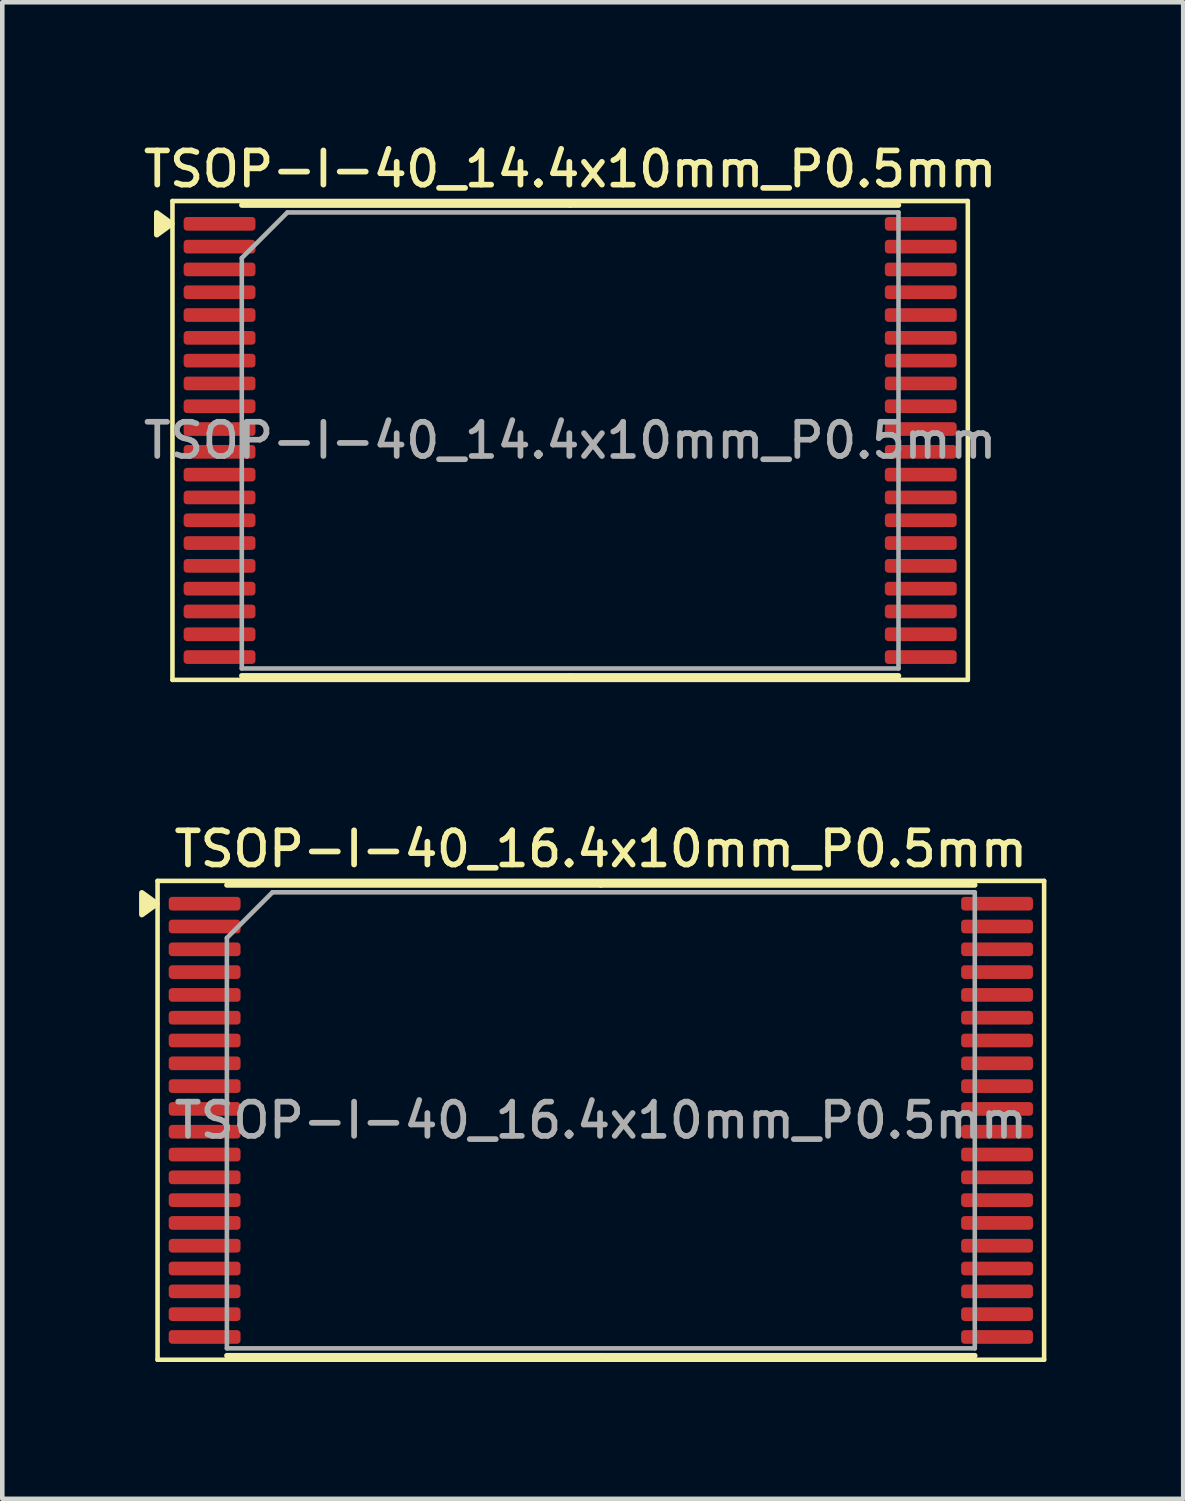
<source format=kicad_pcb>
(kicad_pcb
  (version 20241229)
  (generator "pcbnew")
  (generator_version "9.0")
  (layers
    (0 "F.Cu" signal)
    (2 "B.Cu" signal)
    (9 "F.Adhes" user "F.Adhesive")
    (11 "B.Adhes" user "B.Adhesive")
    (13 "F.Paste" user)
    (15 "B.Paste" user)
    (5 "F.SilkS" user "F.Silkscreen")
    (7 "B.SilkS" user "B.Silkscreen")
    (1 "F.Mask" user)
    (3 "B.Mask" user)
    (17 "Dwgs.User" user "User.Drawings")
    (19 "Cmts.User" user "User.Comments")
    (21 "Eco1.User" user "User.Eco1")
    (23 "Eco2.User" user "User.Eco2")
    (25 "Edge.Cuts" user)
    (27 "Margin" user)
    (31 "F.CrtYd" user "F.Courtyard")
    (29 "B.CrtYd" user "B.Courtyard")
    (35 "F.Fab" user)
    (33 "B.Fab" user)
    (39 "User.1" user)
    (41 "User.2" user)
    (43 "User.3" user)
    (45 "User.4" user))
  (footprint "TSOP-I-40_16.4x10mm_P0.5mm"
    (layer "F.Cu")
    (at 10.125 21.516)
    (property "Reference" "TSOP-I-40_16.4x10mm_P0.5mm" (at 0 -5.95 0) (layer "F.SilkS") (effects (font (size 0.75 0.75) (thickness 0.125))))
    (attr smd)
    (fp_line (start -9.72 -5.25) (end -9.72 5.25) (stroke (width 0.1) (type solid)) (layer "F.SilkS"))
    (fp_line (start -9.72 5.25) (end 9.72 5.25) (stroke (width 0.1) (type solid)) (layer "F.SilkS"))
    (fp_line (start 0 -5.16) (end -8.2 -5.16) (stroke (width 0.12) (type solid)) (layer "F.SilkS"))
    (fp_line (start 0 -5.16) (end 8.2 -5.16) (stroke (width 0.12) (type solid)) (layer "F.SilkS"))
    (fp_line (start 0 5.16) (end -8.2 5.16) (stroke (width 0.12) (type solid)) (layer "F.SilkS"))
    (fp_line (start 0 5.16) (end 8.2 5.16) (stroke (width 0.12) (type solid)) (layer "F.SilkS"))
    (fp_line (start 9.72 -5.25) (end -9.72 -5.25) (stroke (width 0.1) (type solid)) (layer "F.SilkS"))
    (fp_line (start 9.72 5.25) (end 9.72 -5.25) (stroke (width 0.1) (type solid)) (layer "F.SilkS"))
    (fp_poly (pts (xy -9.735 -4.75) (xy -10.065 -4.99) (xy -10.065 -4.51) (xy -9.735 -4.75)) (stroke (width 0.12) (type solid)) (fill yes) (layer "F.SilkS"))
    (fp_line (start -8.2 -4) (end -7.2 -5) (stroke (width 0.1) (type solid)) (layer "F.Fab"))
    (fp_line (start -8.2 5) (end -8.2 -4) (stroke (width 0.1) (type solid)) (layer "F.Fab"))
    (fp_line (start -7.2 -5) (end 8.2 -5) (stroke (width 0.1) (type solid)) (layer "F.Fab"))
    (fp_line (start 8.2 -5) (end 8.2 5) (stroke (width 0.1) (type solid)) (layer "F.Fab"))
    (fp_line (start 8.2 5) (end -8.2 5) (stroke (width 0.1) (type solid)) (layer "F.Fab"))
    (fp_text user "${REFERENCE}" (at 0 0 0) (layer "F.Fab") (effects (font (size 0.75 0.75) (thickness 0.125))))
    (pad "1" smd roundrect (at -8.688 -4.75) (size 1.575 0.3) (layers "F.Cu" "F.Mask" "F.Paste") (roundrect_rratio 0.25))
    (pad "2" smd roundrect (at -8.688 -4.25) (size 1.575 0.3) (layers "F.Cu" "F.Mask" "F.Paste") (roundrect_rratio 0.25))
    (pad "3" smd roundrect (at -8.688 -3.75) (size 1.575 0.3) (layers "F.Cu" "F.Mask" "F.Paste") (roundrect_rratio 0.25))
    (pad "4" smd roundrect (at -8.688 -3.25) (size 1.575 0.3) (layers "F.Cu" "F.Mask" "F.Paste") (roundrect_rratio 0.25))
    (pad "5" smd roundrect (at -8.688 -2.75) (size 1.575 0.3) (layers "F.Cu" "F.Mask" "F.Paste") (roundrect_rratio 0.25))
    (pad "6" smd roundrect (at -8.688 -2.25) (size 1.575 0.3) (layers "F.Cu" "F.Mask" "F.Paste") (roundrect_rratio 0.25))
    (pad "7" smd roundrect (at -8.688 -1.75) (size 1.575 0.3) (layers "F.Cu" "F.Mask" "F.Paste") (roundrect_rratio 0.25))
    (pad "8" smd roundrect (at -8.688 -1.25) (size 1.575 0.3) (layers "F.Cu" "F.Mask" "F.Paste") (roundrect_rratio 0.25))
    (pad "9" smd roundrect (at -8.688 -0.75) (size 1.575 0.3) (layers "F.Cu" "F.Mask" "F.Paste") (roundrect_rratio 0.25))
    (pad "10" smd roundrect (at -8.688 -0.25) (size 1.575 0.3) (layers "F.Cu" "F.Mask" "F.Paste") (roundrect_rratio 0.25))
    (pad "11" smd roundrect (at -8.688 0.25) (size 1.575 0.3) (layers "F.Cu" "F.Mask" "F.Paste") (roundrect_rratio 0.25))
    (pad "12" smd roundrect (at -8.688 0.75) (size 1.575 0.3) (layers "F.Cu" "F.Mask" "F.Paste") (roundrect_rratio 0.25))
    (pad "13" smd roundrect (at -8.688 1.25) (size 1.575 0.3) (layers "F.Cu" "F.Mask" "F.Paste") (roundrect_rratio 0.25))
    (pad "14" smd roundrect (at -8.688 1.75) (size 1.575 0.3) (layers "F.Cu" "F.Mask" "F.Paste") (roundrect_rratio 0.25))
    (pad "15" smd roundrect (at -8.688 2.25) (size 1.575 0.3) (layers "F.Cu" "F.Mask" "F.Paste") (roundrect_rratio 0.25))
    (pad "16" smd roundrect (at -8.688 2.75) (size 1.575 0.3) (layers "F.Cu" "F.Mask" "F.Paste") (roundrect_rratio 0.25))
    (pad "17" smd roundrect (at -8.688 3.25) (size 1.575 0.3) (layers "F.Cu" "F.Mask" "F.Paste") (roundrect_rratio 0.25))
    (pad "18" smd roundrect (at -8.688 3.75) (size 1.575 0.3) (layers "F.Cu" "F.Mask" "F.Paste") (roundrect_rratio 0.25))
    (pad "19" smd roundrect (at -8.688 4.25) (size 1.575 0.3) (layers "F.Cu" "F.Mask" "F.Paste") (roundrect_rratio 0.25))
    (pad "20" smd roundrect (at -8.688 4.75) (size 1.575 0.3) (layers "F.Cu" "F.Mask" "F.Paste") (roundrect_rratio 0.25))
    (pad "21" smd roundrect (at 8.688 4.75) (size 1.575 0.3) (layers "F.Cu" "F.Mask" "F.Paste") (roundrect_rratio 0.25))
    (pad "22" smd roundrect (at 8.688 4.25) (size 1.575 0.3) (layers "F.Cu" "F.Mask" "F.Paste") (roundrect_rratio 0.25))
    (pad "23" smd roundrect (at 8.688 3.75) (size 1.575 0.3) (layers "F.Cu" "F.Mask" "F.Paste") (roundrect_rratio 0.25))
    (pad "24" smd roundrect (at 8.688 3.25) (size 1.575 0.3) (layers "F.Cu" "F.Mask" "F.Paste") (roundrect_rratio 0.25))
    (pad "25" smd roundrect (at 8.688 2.75) (size 1.575 0.3) (layers "F.Cu" "F.Mask" "F.Paste") (roundrect_rratio 0.25))
    (pad "26" smd roundrect (at 8.688 2.25) (size 1.575 0.3) (layers "F.Cu" "F.Mask" "F.Paste") (roundrect_rratio 0.25))
    (pad "27" smd roundrect (at 8.688 1.75) (size 1.575 0.3) (layers "F.Cu" "F.Mask" "F.Paste") (roundrect_rratio 0.25))
    (pad "28" smd roundrect (at 8.688 1.25) (size 1.575 0.3) (layers "F.Cu" "F.Mask" "F.Paste") (roundrect_rratio 0.25))
    (pad "29" smd roundrect (at 8.688 0.75) (size 1.575 0.3) (layers "F.Cu" "F.Mask" "F.Paste") (roundrect_rratio 0.25))
    (pad "30" smd roundrect (at 8.688 0.25) (size 1.575 0.3) (layers "F.Cu" "F.Mask" "F.Paste") (roundrect_rratio 0.25))
    (pad "31" smd roundrect (at 8.688 -0.25) (size 1.575 0.3) (layers "F.Cu" "F.Mask" "F.Paste") (roundrect_rratio 0.25))
    (pad "32" smd roundrect (at 8.688 -0.75) (size 1.575 0.3) (layers "F.Cu" "F.Mask" "F.Paste") (roundrect_rratio 0.25))
    (pad "33" smd roundrect (at 8.688 -1.25) (size 1.575 0.3) (layers "F.Cu" "F.Mask" "F.Paste") (roundrect_rratio 0.25))
    (pad "34" smd roundrect (at 8.688 -1.75) (size 1.575 0.3) (layers "F.Cu" "F.Mask" "F.Paste") (roundrect_rratio 0.25))
    (pad "35" smd roundrect (at 8.688 -2.25) (size 1.575 0.3) (layers "F.Cu" "F.Mask" "F.Paste") (roundrect_rratio 0.25))
    (pad "36" smd roundrect (at 8.688 -2.75) (size 1.575 0.3) (layers "F.Cu" "F.Mask" "F.Paste") (roundrect_rratio 0.25))
    (pad "37" smd roundrect (at 8.688 -3.25) (size 1.575 0.3) (layers "F.Cu" "F.Mask" "F.Paste") (roundrect_rratio 0.25))
    (pad "38" smd roundrect (at 8.688 -3.75) (size 1.575 0.3) (layers "F.Cu" "F.Mask" "F.Paste") (roundrect_rratio 0.25))
    (pad "39" smd roundrect (at 8.688 -4.25) (size 1.575 0.3) (layers "F.Cu" "F.Mask" "F.Paste") (roundrect_rratio 0.25))
    (pad "40" smd roundrect (at 8.688 -4.75) (size 1.575 0.3) (layers "F.Cu" "F.Mask" "F.Paste") (roundrect_rratio 0.25)))
  (footprint "TSOP-I-40_14.4x10mm_P0.5mm"
    (layer "F.Cu")
    (at 9.452 6.608)
    (property "Reference" "TSOP-I-40_14.4x10mm_P0.5mm" (at 0 -5.95 0) (layer "F.SilkS") (effects (font (size 0.75 0.75) (thickness 0.125))))
    (attr smd)
    (fp_line (start -8.72 -5.25) (end -8.72 5.25) (stroke (width 0.1) (type solid)) (layer "F.SilkS"))
    (fp_line (start -8.72 5.25) (end 8.72 5.25) (stroke (width 0.1) (type solid)) (layer "F.SilkS"))
    (fp_line (start 0 -5.16) (end -7.2 -5.16) (stroke (width 0.12) (type solid)) (layer "F.SilkS"))
    (fp_line (start 0 -5.16) (end 7.2 -5.16) (stroke (width 0.12) (type solid)) (layer "F.SilkS"))
    (fp_line (start 0 5.16) (end -7.2 5.16) (stroke (width 0.12) (type solid)) (layer "F.SilkS"))
    (fp_line (start 0 5.16) (end 7.2 5.16) (stroke (width 0.12) (type solid)) (layer "F.SilkS"))
    (fp_line (start 8.72 -5.25) (end -8.72 -5.25) (stroke (width 0.1) (type solid)) (layer "F.SilkS"))
    (fp_line (start 8.72 5.25) (end 8.72 -5.25) (stroke (width 0.1) (type solid)) (layer "F.SilkS"))
    (fp_poly (pts (xy -8.735 -4.75) (xy -9.065 -4.99) (xy -9.065 -4.51) (xy -8.735 -4.75)) (stroke (width 0.12) (type solid)) (fill yes) (layer "F.SilkS"))
    (fp_line (start -7.2 -4) (end -6.2 -5) (stroke (width 0.1) (type solid)) (layer "F.Fab"))
    (fp_line (start -7.2 5) (end -7.2 -4) (stroke (width 0.1) (type solid)) (layer "F.Fab"))
    (fp_line (start -6.2 -5) (end 7.2 -5) (stroke (width 0.1) (type solid)) (layer "F.Fab"))
    (fp_line (start 7.2 -5) (end 7.2 5) (stroke (width 0.1) (type solid)) (layer "F.Fab"))
    (fp_line (start 7.2 5) (end -7.2 5) (stroke (width 0.1) (type solid)) (layer "F.Fab"))
    (fp_text user "${REFERENCE}" (at 0 0 0) (layer "F.Fab") (effects (font (size 0.75 0.75) (thickness 0.125))))
    (pad "1" smd roundrect (at -7.688 -4.75) (size 1.575 0.3) (layers "F.Cu" "F.Mask" "F.Paste") (roundrect_rratio 0.25))
    (pad "2" smd roundrect (at -7.688 -4.25) (size 1.575 0.3) (layers "F.Cu" "F.Mask" "F.Paste") (roundrect_rratio 0.25))
    (pad "3" smd roundrect (at -7.688 -3.75) (size 1.575 0.3) (layers "F.Cu" "F.Mask" "F.Paste") (roundrect_rratio 0.25))
    (pad "4" smd roundrect (at -7.688 -3.25) (size 1.575 0.3) (layers "F.Cu" "F.Mask" "F.Paste") (roundrect_rratio 0.25))
    (pad "5" smd roundrect (at -7.688 -2.75) (size 1.575 0.3) (layers "F.Cu" "F.Mask" "F.Paste") (roundrect_rratio 0.25))
    (pad "6" smd roundrect (at -7.688 -2.25) (size 1.575 0.3) (layers "F.Cu" "F.Mask" "F.Paste") (roundrect_rratio 0.25))
    (pad "7" smd roundrect (at -7.688 -1.75) (size 1.575 0.3) (layers "F.Cu" "F.Mask" "F.Paste") (roundrect_rratio 0.25))
    (pad "8" smd roundrect (at -7.688 -1.25) (size 1.575 0.3) (layers "F.Cu" "F.Mask" "F.Paste") (roundrect_rratio 0.25))
    (pad "9" smd roundrect (at -7.688 -0.75) (size 1.575 0.3) (layers "F.Cu" "F.Mask" "F.Paste") (roundrect_rratio 0.25))
    (pad "10" smd roundrect (at -7.688 -0.25) (size 1.575 0.3) (layers "F.Cu" "F.Mask" "F.Paste") (roundrect_rratio 0.25))
    (pad "11" smd roundrect (at -7.688 0.25) (size 1.575 0.3) (layers "F.Cu" "F.Mask" "F.Paste") (roundrect_rratio 0.25))
    (pad "12" smd roundrect (at -7.688 0.75) (size 1.575 0.3) (layers "F.Cu" "F.Mask" "F.Paste") (roundrect_rratio 0.25))
    (pad "13" smd roundrect (at -7.688 1.25) (size 1.575 0.3) (layers "F.Cu" "F.Mask" "F.Paste") (roundrect_rratio 0.25))
    (pad "14" smd roundrect (at -7.688 1.75) (size 1.575 0.3) (layers "F.Cu" "F.Mask" "F.Paste") (roundrect_rratio 0.25))
    (pad "15" smd roundrect (at -7.688 2.25) (size 1.575 0.3) (layers "F.Cu" "F.Mask" "F.Paste") (roundrect_rratio 0.25))
    (pad "16" smd roundrect (at -7.688 2.75) (size 1.575 0.3) (layers "F.Cu" "F.Mask" "F.Paste") (roundrect_rratio 0.25))
    (pad "17" smd roundrect (at -7.688 3.25) (size 1.575 0.3) (layers "F.Cu" "F.Mask" "F.Paste") (roundrect_rratio 0.25))
    (pad "18" smd roundrect (at -7.688 3.75) (size 1.575 0.3) (layers "F.Cu" "F.Mask" "F.Paste") (roundrect_rratio 0.25))
    (pad "19" smd roundrect (at -7.688 4.25) (size 1.575 0.3) (layers "F.Cu" "F.Mask" "F.Paste") (roundrect_rratio 0.25))
    (pad "20" smd roundrect (at -7.688 4.75) (size 1.575 0.3) (layers "F.Cu" "F.Mask" "F.Paste") (roundrect_rratio 0.25))
    (pad "21" smd roundrect (at 7.688 4.75) (size 1.575 0.3) (layers "F.Cu" "F.Mask" "F.Paste") (roundrect_rratio 0.25))
    (pad "22" smd roundrect (at 7.688 4.25) (size 1.575 0.3) (layers "F.Cu" "F.Mask" "F.Paste") (roundrect_rratio 0.25))
    (pad "23" smd roundrect (at 7.688 3.75) (size 1.575 0.3) (layers "F.Cu" "F.Mask" "F.Paste") (roundrect_rratio 0.25))
    (pad "24" smd roundrect (at 7.688 3.25) (size 1.575 0.3) (layers "F.Cu" "F.Mask" "F.Paste") (roundrect_rratio 0.25))
    (pad "25" smd roundrect (at 7.688 2.75) (size 1.575 0.3) (layers "F.Cu" "F.Mask" "F.Paste") (roundrect_rratio 0.25))
    (pad "26" smd roundrect (at 7.688 2.25) (size 1.575 0.3) (layers "F.Cu" "F.Mask" "F.Paste") (roundrect_rratio 0.25))
    (pad "27" smd roundrect (at 7.688 1.75) (size 1.575 0.3) (layers "F.Cu" "F.Mask" "F.Paste") (roundrect_rratio 0.25))
    (pad "28" smd roundrect (at 7.688 1.25) (size 1.575 0.3) (layers "F.Cu" "F.Mask" "F.Paste") (roundrect_rratio 0.25))
    (pad "29" smd roundrect (at 7.688 0.75) (size 1.575 0.3) (layers "F.Cu" "F.Mask" "F.Paste") (roundrect_rratio 0.25))
    (pad "30" smd roundrect (at 7.688 0.25) (size 1.575 0.3) (layers "F.Cu" "F.Mask" "F.Paste") (roundrect_rratio 0.25))
    (pad "31" smd roundrect (at 7.688 -0.25) (size 1.575 0.3) (layers "F.Cu" "F.Mask" "F.Paste") (roundrect_rratio 0.25))
    (pad "32" smd roundrect (at 7.688 -0.75) (size 1.575 0.3) (layers "F.Cu" "F.Mask" "F.Paste") (roundrect_rratio 0.25))
    (pad "33" smd roundrect (at 7.688 -1.25) (size 1.575 0.3) (layers "F.Cu" "F.Mask" "F.Paste") (roundrect_rratio 0.25))
    (pad "34" smd roundrect (at 7.688 -1.75) (size 1.575 0.3) (layers "F.Cu" "F.Mask" "F.Paste") (roundrect_rratio 0.25))
    (pad "35" smd roundrect (at 7.688 -2.25) (size 1.575 0.3) (layers "F.Cu" "F.Mask" "F.Paste") (roundrect_rratio 0.25))
    (pad "36" smd roundrect (at 7.688 -2.75) (size 1.575 0.3) (layers "F.Cu" "F.Mask" "F.Paste") (roundrect_rratio 0.25))
    (pad "37" smd roundrect (at 7.688 -3.25) (size 1.575 0.3) (layers "F.Cu" "F.Mask" "F.Paste") (roundrect_rratio 0.25))
    (pad "38" smd roundrect (at 7.688 -3.75) (size 1.575 0.3) (layers "F.Cu" "F.Mask" "F.Paste") (roundrect_rratio 0.25))
    (pad "39" smd roundrect (at 7.688 -4.25) (size 1.575 0.3) (layers "F.Cu" "F.Mask" "F.Paste") (roundrect_rratio 0.25))
    (pad "40" smd roundrect (at 7.688 -4.75) (size 1.575 0.3) (layers "F.Cu" "F.Mask" "F.Paste") (roundrect_rratio 0.25)))
  (gr_rect
    (start -3 -3)
    (end 22.895 29.816)
    (stroke (width 0.1) (type default))
    (fill no)
    (layer "Edge.Cuts")))
</source>
